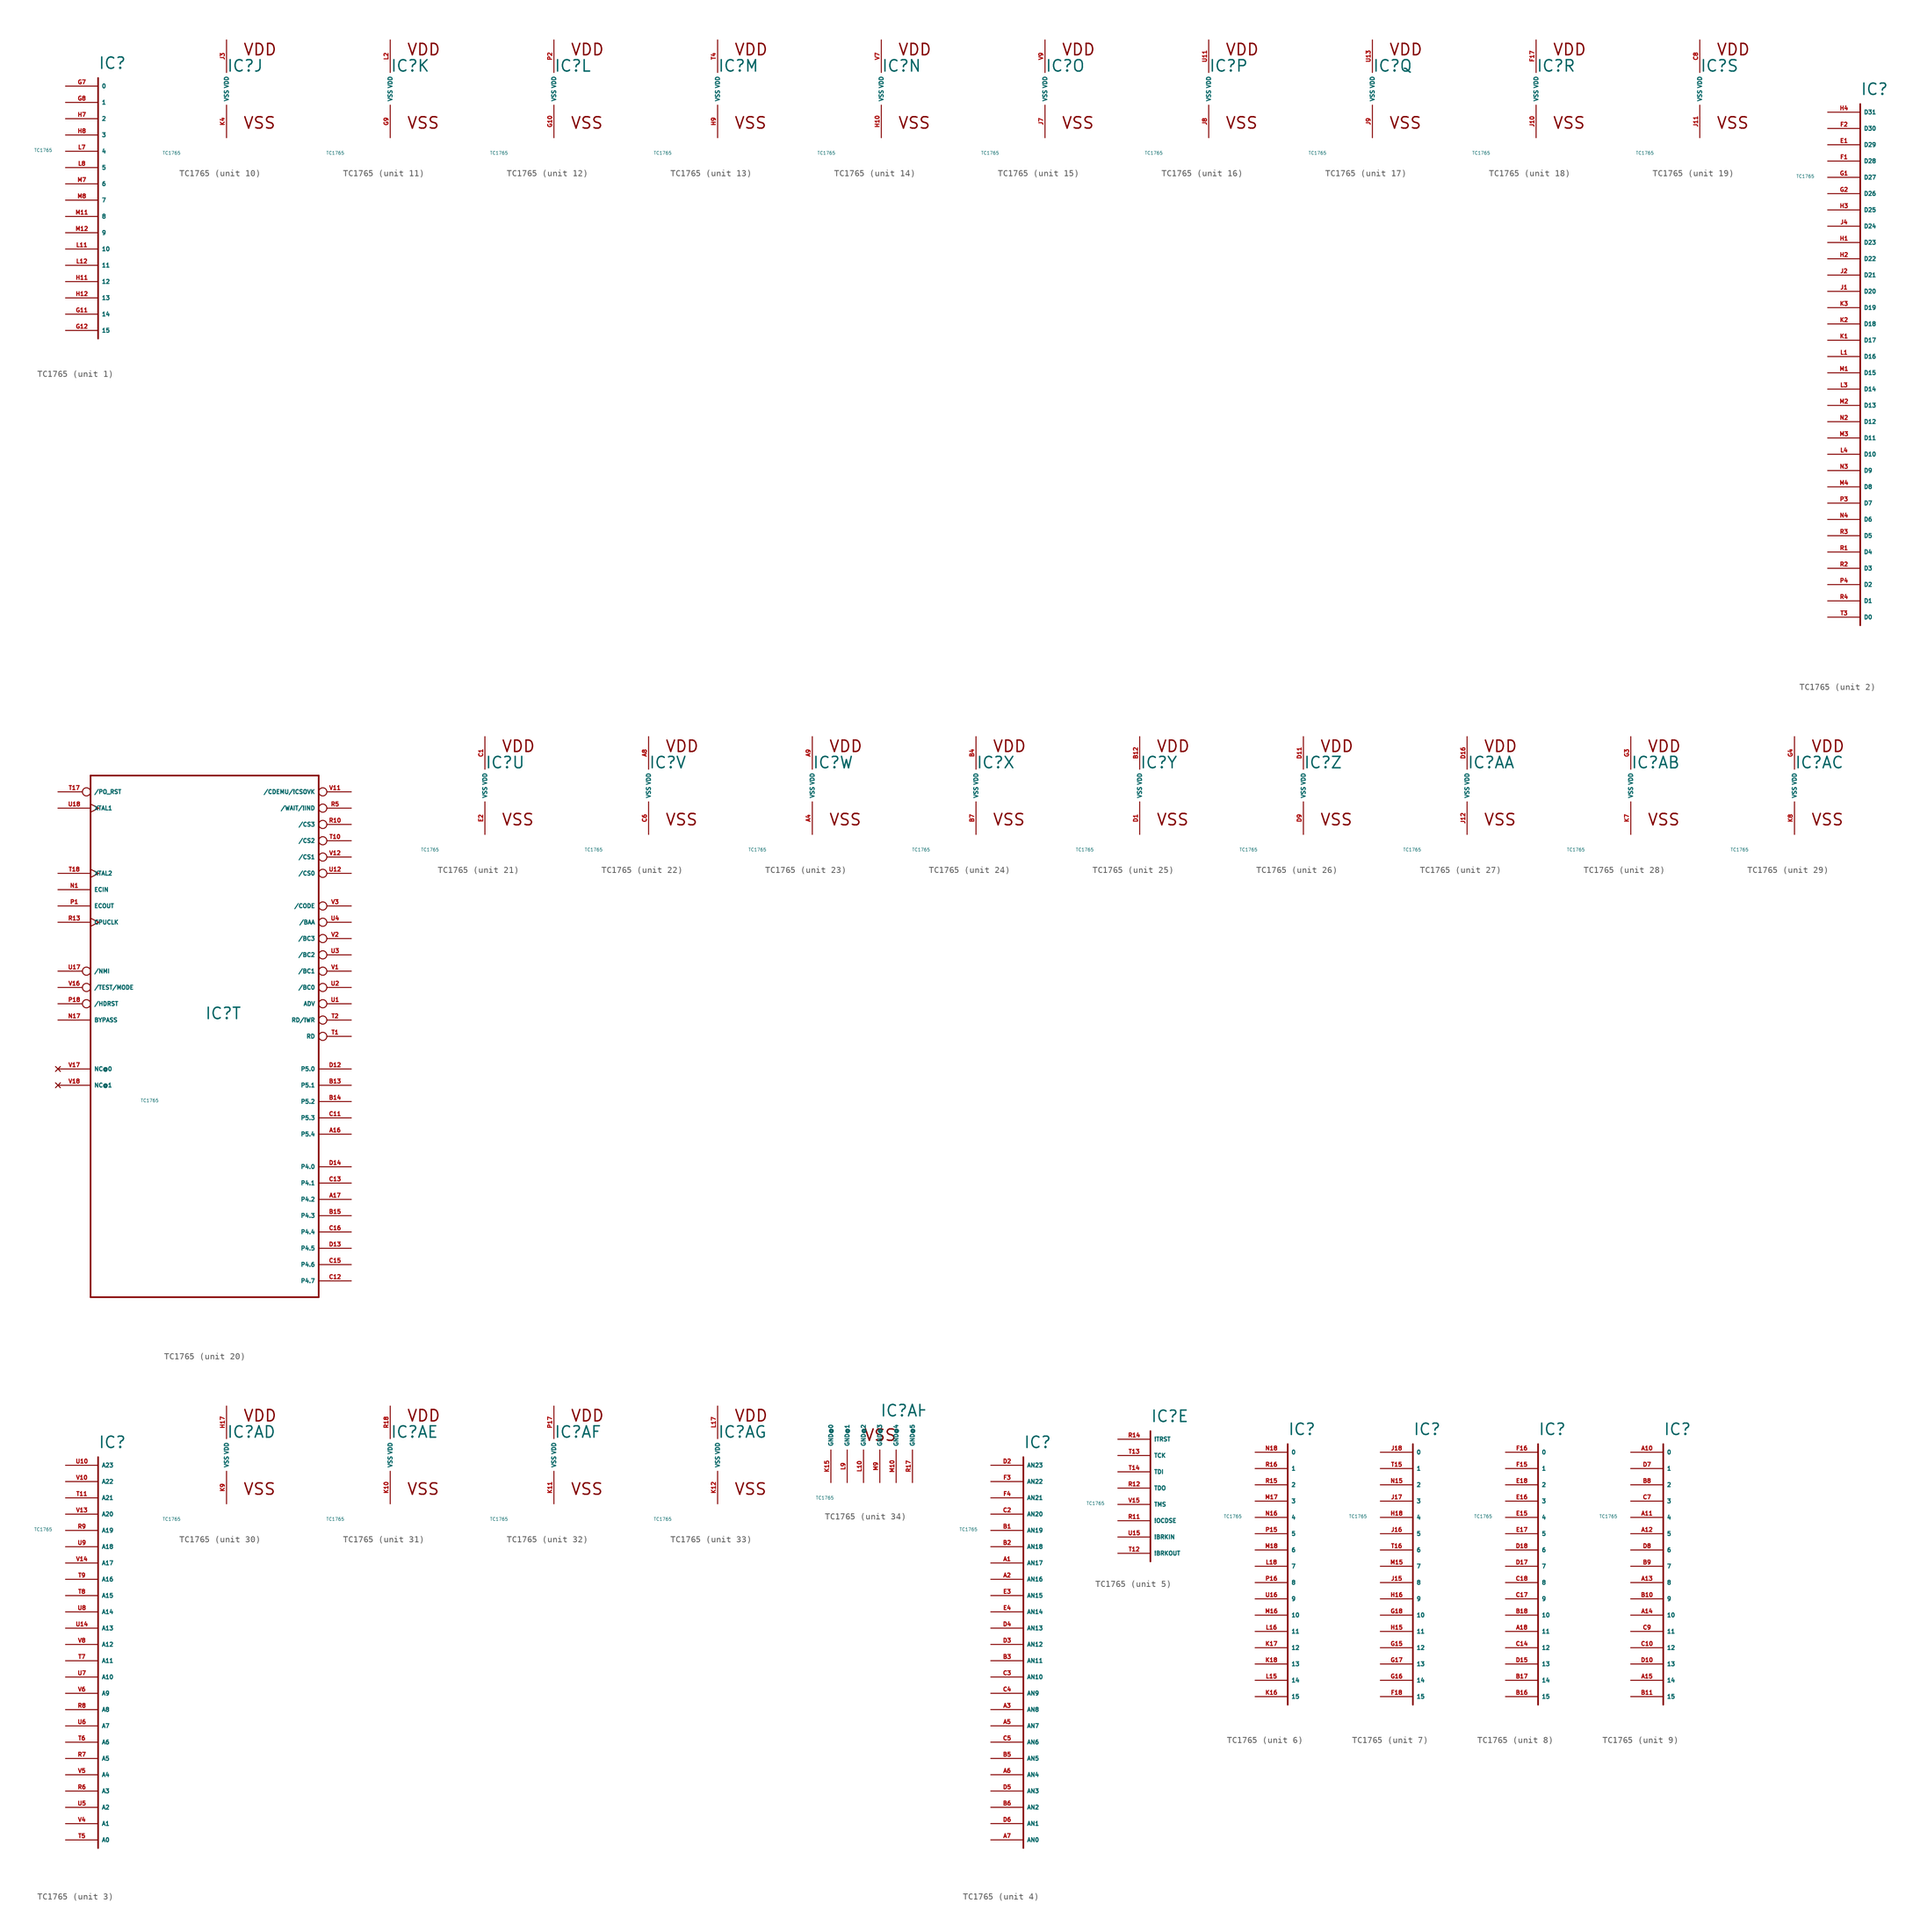
<source format=kicad_sym>
(kicad_symbol_lib
  (version 20220914)
  (generator Eagle2Kicad)
  (symbol "TC1765"
    (property "Reference" "IC"
      (at 0 2.54 0)
      (effects (font (size 1.778 1.778) (thickness 0.22)) (justify left bottom)))
    (property "Value" "TC1765"
      (at -10 -10 0)
      (effects (font (size 0.5 0.5) (thickness 0.06)) (justify left)))
    (symbol "TC1765_1_0"
      (polyline (pts (xy 0 1.27) (xy 0 -39.37)) (stroke (width 0.254) (type default)) (fill (type none)))
      (pin input line (at -5.08 0 0) (length 5.08) (name "0" (effects (font (size 0.635 0.635) (thickness 0.08)) (justify left bottom))) (number "G7" (effects (font (size 0.635 0.635) (thickness 0.08)) (justify left bottom))))
      (pin input line (at -5.08 -2.54 0) (length 5.08) (name "1" (effects (font (size 0.635 0.635) (thickness 0.08)) (justify left bottom))) (number "G8" (effects (font (size 0.635 0.635) (thickness 0.08)) (justify left bottom))))
      (pin input line (at -5.08 -5.08 0) (length 5.08) (name "2" (effects (font (size 0.635 0.635) (thickness 0.08)) (justify left bottom))) (number "H7" (effects (font (size 0.635 0.635) (thickness 0.08)) (justify left bottom))))
      (pin input line (at -5.08 -7.62 0) (length 5.08) (name "3" (effects (font (size 0.635 0.635) (thickness 0.08)) (justify left bottom))) (number "H8" (effects (font (size 0.635 0.635) (thickness 0.08)) (justify left bottom))))
      (pin input line (at -5.08 -10.16 0) (length 5.08) (name "4" (effects (font (size 0.635 0.635) (thickness 0.08)) (justify left bottom))) (number "L7" (effects (font (size 0.635 0.635) (thickness 0.08)) (justify left bottom))))
      (pin input line (at -5.08 -12.7 0) (length 5.08) (name "5" (effects (font (size 0.635 0.635) (thickness 0.08)) (justify left bottom))) (number "L8" (effects (font (size 0.635 0.635) (thickness 0.08)) (justify left bottom))))
      (pin input line (at -5.08 -15.24 0) (length 5.08) (name "6" (effects (font (size 0.635 0.635) (thickness 0.08)) (justify left bottom))) (number "M7" (effects (font (size 0.635 0.635) (thickness 0.08)) (justify left bottom))))
      (pin input line (at -5.08 -17.78 0) (length 5.08) (name "7" (effects (font (size 0.635 0.635) (thickness 0.08)) (justify left bottom))) (number "M8" (effects (font (size 0.635 0.635) (thickness 0.08)) (justify left bottom))))
      (pin input line (at -5.08 -20.32 0) (length 5.08) (name "8" (effects (font (size 0.635 0.635) (thickness 0.08)) (justify left bottom))) (number "M11" (effects (font (size 0.635 0.635) (thickness 0.08)) (justify left bottom))))
      (pin input line (at -5.08 -22.86 0) (length 5.08) (name "9" (effects (font (size 0.635 0.635) (thickness 0.08)) (justify left bottom))) (number "M12" (effects (font (size 0.635 0.635) (thickness 0.08)) (justify left bottom))))
      (pin input line (at -5.08 -25.4 0) (length 5.08) (name "10" (effects (font (size 0.635 0.635) (thickness 0.08)) (justify left bottom))) (number "L11" (effects (font (size 0.635 0.635) (thickness 0.08)) (justify left bottom))))
      (pin input line (at -5.08 -27.94 0) (length 5.08) (name "11" (effects (font (size 0.635 0.635) (thickness 0.08)) (justify left bottom))) (number "L12" (effects (font (size 0.635 0.635) (thickness 0.08)) (justify left bottom))))
      (pin input line (at -5.08 -30.48 0) (length 5.08) (name "12" (effects (font (size 0.635 0.635) (thickness 0.08)) (justify left bottom))) (number "H11" (effects (font (size 0.635 0.635) (thickness 0.08)) (justify left bottom))))
      (pin input line (at -5.08 -33.02 0) (length 5.08) (name "13" (effects (font (size 0.635 0.635) (thickness 0.08)) (justify left bottom))) (number "H12" (effects (font (size 0.635 0.635) (thickness 0.08)) (justify left bottom))))
      (pin input line (at -5.08 -35.56 0) (length 5.08) (name "14" (effects (font (size 0.635 0.635) (thickness 0.08)) (justify left bottom))) (number "G11" (effects (font (size 0.635 0.635) (thickness 0.08)) (justify left bottom))))
      (pin input line (at -5.08 -38.1 0) (length 5.08) (name "15" (effects (font (size 0.635 0.635) (thickness 0.08)) (justify left bottom))) (number "G12" (effects (font (size 0.635 0.635) (thickness 0.08)) (justify left bottom)))))
    (symbol "TC1765_2_0"
      (polyline (pts (xy 0 1.27) (xy 0 -80.01)) (stroke (width 0.254) (type default)) (fill (type none)))
      (pin bidirectional line (at -5.08 -78.74 0) (length 5.08) (name "D0" (effects (font (size 0.635 0.635) (thickness 0.08)) (justify left bottom))) (number "T3" (effects (font (size 0.635 0.635) (thickness 0.08)) (justify left bottom))))
      (pin bidirectional line (at -5.08 -76.2 0) (length 5.08) (name "D1" (effects (font (size 0.635 0.635) (thickness 0.08)) (justify left bottom))) (number "R4" (effects (font (size 0.635 0.635) (thickness 0.08)) (justify left bottom))))
      (pin bidirectional line (at -5.08 -73.66 0) (length 5.08) (name "D2" (effects (font (size 0.635 0.635) (thickness 0.08)) (justify left bottom))) (number "P4" (effects (font (size 0.635 0.635) (thickness 0.08)) (justify left bottom))))
      (pin bidirectional line (at -5.08 -71.12 0) (length 5.08) (name "D3" (effects (font (size 0.635 0.635) (thickness 0.08)) (justify left bottom))) (number "R2" (effects (font (size 0.635 0.635) (thickness 0.08)) (justify left bottom))))
      (pin bidirectional line (at -5.08 -68.58 0) (length 5.08) (name "D4" (effects (font (size 0.635 0.635) (thickness 0.08)) (justify left bottom))) (number "R1" (effects (font (size 0.635 0.635) (thickness 0.08)) (justify left bottom))))
      (pin bidirectional line (at -5.08 -66.04 0) (length 5.08) (name "D5" (effects (font (size 0.635 0.635) (thickness 0.08)) (justify left bottom))) (number "R3" (effects (font (size 0.635 0.635) (thickness 0.08)) (justify left bottom))))
      (pin bidirectional line (at -5.08 -63.5 0) (length 5.08) (name "D6" (effects (font (size 0.635 0.635) (thickness 0.08)) (justify left bottom))) (number "N4" (effects (font (size 0.635 0.635) (thickness 0.08)) (justify left bottom))))
      (pin bidirectional line (at -5.08 -60.96 0) (length 5.08) (name "D7" (effects (font (size 0.635 0.635) (thickness 0.08)) (justify left bottom))) (number "P3" (effects (font (size 0.635 0.635) (thickness 0.08)) (justify left bottom))))
      (pin bidirectional line (at -5.08 -58.42 0) (length 5.08) (name "D8" (effects (font (size 0.635 0.635) (thickness 0.08)) (justify left bottom))) (number "M4" (effects (font (size 0.635 0.635) (thickness 0.08)) (justify left bottom))))
      (pin bidirectional line (at -5.08 -55.88 0) (length 5.08) (name "D9" (effects (font (size 0.635 0.635) (thickness 0.08)) (justify left bottom))) (number "N3" (effects (font (size 0.635 0.635) (thickness 0.08)) (justify left bottom))))
      (pin bidirectional line (at -5.08 -53.34 0) (length 5.08) (name "D10" (effects (font (size 0.635 0.635) (thickness 0.08)) (justify left bottom))) (number "L4" (effects (font (size 0.635 0.635) (thickness 0.08)) (justify left bottom))))
      (pin bidirectional line (at -5.08 -50.8 0) (length 5.08) (name "D11" (effects (font (size 0.635 0.635) (thickness 0.08)) (justify left bottom))) (number "M3" (effects (font (size 0.635 0.635) (thickness 0.08)) (justify left bottom))))
      (pin bidirectional line (at -5.08 -48.26 0) (length 5.08) (name "D12" (effects (font (size 0.635 0.635) (thickness 0.08)) (justify left bottom))) (number "N2" (effects (font (size 0.635 0.635) (thickness 0.08)) (justify left bottom))))
      (pin bidirectional line (at -5.08 -45.72 0) (length 5.08) (name "D13" (effects (font (size 0.635 0.635) (thickness 0.08)) (justify left bottom))) (number "M2" (effects (font (size 0.635 0.635) (thickness 0.08)) (justify left bottom))))
      (pin bidirectional line (at -5.08 -43.18 0) (length 5.08) (name "D14" (effects (font (size 0.635 0.635) (thickness 0.08)) (justify left bottom))) (number "L3" (effects (font (size 0.635 0.635) (thickness 0.08)) (justify left bottom))))
      (pin bidirectional line (at -5.08 -40.64 0) (length 5.08) (name "D15" (effects (font (size 0.635 0.635) (thickness 0.08)) (justify left bottom))) (number "M1" (effects (font (size 0.635 0.635) (thickness 0.08)) (justify left bottom))))
      (pin bidirectional line (at -5.08 -38.1 0) (length 5.08) (name "D16" (effects (font (size 0.635 0.635) (thickness 0.08)) (justify left bottom))) (number "L1" (effects (font (size 0.635 0.635) (thickness 0.08)) (justify left bottom))))
      (pin bidirectional line (at -5.08 -35.56 0) (length 5.08) (name "D17" (effects (font (size 0.635 0.635) (thickness 0.08)) (justify left bottom))) (number "K1" (effects (font (size 0.635 0.635) (thickness 0.08)) (justify left bottom))))
      (pin bidirectional line (at -5.08 -33.02 0) (length 5.08) (name "D18" (effects (font (size 0.635 0.635) (thickness 0.08)) (justify left bottom))) (number "K2" (effects (font (size 0.635 0.635) (thickness 0.08)) (justify left bottom))))
      (pin bidirectional line (at -5.08 -30.48 0) (length 5.08) (name "D19" (effects (font (size 0.635 0.635) (thickness 0.08)) (justify left bottom))) (number "K3" (effects (font (size 0.635 0.635) (thickness 0.08)) (justify left bottom))))
      (pin bidirectional line (at -5.08 -27.94 0) (length 5.08) (name "D20" (effects (font (size 0.635 0.635) (thickness 0.08)) (justify left bottom))) (number "J1" (effects (font (size 0.635 0.635) (thickness 0.08)) (justify left bottom))))
      (pin bidirectional line (at -5.08 -25.4 0) (length 5.08) (name "D21" (effects (font (size 0.635 0.635) (thickness 0.08)) (justify left bottom))) (number "J2" (effects (font (size 0.635 0.635) (thickness 0.08)) (justify left bottom))))
      (pin bidirectional line (at -5.08 -22.86 0) (length 5.08) (name "D22" (effects (font (size 0.635 0.635) (thickness 0.08)) (justify left bottom))) (number "H2" (effects (font (size 0.635 0.635) (thickness 0.08)) (justify left bottom))))
      (pin bidirectional line (at -5.08 -20.32 0) (length 5.08) (name "D23" (effects (font (size 0.635 0.635) (thickness 0.08)) (justify left bottom))) (number "H1" (effects (font (size 0.635 0.635) (thickness 0.08)) (justify left bottom))))
      (pin bidirectional line (at -5.08 -17.78 0) (length 5.08) (name "D24" (effects (font (size 0.635 0.635) (thickness 0.08)) (justify left bottom))) (number "J4" (effects (font (size 0.635 0.635) (thickness 0.08)) (justify left bottom))))
      (pin bidirectional line (at -5.08 -15.24 0) (length 5.08) (name "D25" (effects (font (size 0.635 0.635) (thickness 0.08)) (justify left bottom))) (number "H3" (effects (font (size 0.635 0.635) (thickness 0.08)) (justify left bottom))))
      (pin bidirectional line (at -5.08 -12.7 0) (length 5.08) (name "D26" (effects (font (size 0.635 0.635) (thickness 0.08)) (justify left bottom))) (number "G2" (effects (font (size 0.635 0.635) (thickness 0.08)) (justify left bottom))))
      (pin bidirectional line (at -5.08 -10.16 0) (length 5.08) (name "D27" (effects (font (size 0.635 0.635) (thickness 0.08)) (justify left bottom))) (number "G1" (effects (font (size 0.635 0.635) (thickness 0.08)) (justify left bottom))))
      (pin bidirectional line (at -5.08 -7.62 0) (length 5.08) (name "D28" (effects (font (size 0.635 0.635) (thickness 0.08)) (justify left bottom))) (number "F1" (effects (font (size 0.635 0.635) (thickness 0.08)) (justify left bottom))))
      (pin bidirectional line (at -5.08 -5.08 0) (length 5.08) (name "D29" (effects (font (size 0.635 0.635) (thickness 0.08)) (justify left bottom))) (number "E1" (effects (font (size 0.635 0.635) (thickness 0.08)) (justify left bottom))))
      (pin bidirectional line (at -5.08 -2.54 0) (length 5.08) (name "D30" (effects (font (size 0.635 0.635) (thickness 0.08)) (justify left bottom))) (number "F2" (effects (font (size 0.635 0.635) (thickness 0.08)) (justify left bottom))))
      (pin bidirectional line (at -5.08 0 0) (length 5.08) (name "D31" (effects (font (size 0.635 0.635) (thickness 0.08)) (justify left bottom))) (number "H4" (effects (font (size 0.635 0.635) (thickness 0.08)) (justify left bottom)))))
    (symbol "TC1765_3_0"
      (polyline (pts (xy 0 1.27) (xy 0 -59.69)) (stroke (width 0.254) (type default)) (fill (type none)))
      (pin output line (at -5.08 -58.42 0) (length 5.08) (name "A0" (effects (font (size 0.635 0.635) (thickness 0.08)) (justify left bottom))) (number "T5" (effects (font (size 0.635 0.635) (thickness 0.08)) (justify left bottom))))
      (pin output line (at -5.08 -55.88 0) (length 5.08) (name "A1" (effects (font (size 0.635 0.635) (thickness 0.08)) (justify left bottom))) (number "V4" (effects (font (size 0.635 0.635) (thickness 0.08)) (justify left bottom))))
      (pin output line (at -5.08 -53.34 0) (length 5.08) (name "A2" (effects (font (size 0.635 0.635) (thickness 0.08)) (justify left bottom))) (number "U5" (effects (font (size 0.635 0.635) (thickness 0.08)) (justify left bottom))))
      (pin output line (at -5.08 -50.8 0) (length 5.08) (name "A3" (effects (font (size 0.635 0.635) (thickness 0.08)) (justify left bottom))) (number "R6" (effects (font (size 0.635 0.635) (thickness 0.08)) (justify left bottom))))
      (pin output line (at -5.08 -48.26 0) (length 5.08) (name "A4" (effects (font (size 0.635 0.635) (thickness 0.08)) (justify left bottom))) (number "V5" (effects (font (size 0.635 0.635) (thickness 0.08)) (justify left bottom))))
      (pin output line (at -5.08 -45.72 0) (length 5.08) (name "A5" (effects (font (size 0.635 0.635) (thickness 0.08)) (justify left bottom))) (number "R7" (effects (font (size 0.635 0.635) (thickness 0.08)) (justify left bottom))))
      (pin output line (at -5.08 -43.18 0) (length 5.08) (name "A6" (effects (font (size 0.635 0.635) (thickness 0.08)) (justify left bottom))) (number "T6" (effects (font (size 0.635 0.635) (thickness 0.08)) (justify left bottom))))
      (pin output line (at -5.08 -40.64 0) (length 5.08) (name "A7" (effects (font (size 0.635 0.635) (thickness 0.08)) (justify left bottom))) (number "U6" (effects (font (size 0.635 0.635) (thickness 0.08)) (justify left bottom))))
      (pin output line (at -5.08 -38.1 0) (length 5.08) (name "A8" (effects (font (size 0.635 0.635) (thickness 0.08)) (justify left bottom))) (number "R8" (effects (font (size 0.635 0.635) (thickness 0.08)) (justify left bottom))))
      (pin output line (at -5.08 -35.56 0) (length 5.08) (name "A9" (effects (font (size 0.635 0.635) (thickness 0.08)) (justify left bottom))) (number "V6" (effects (font (size 0.635 0.635) (thickness 0.08)) (justify left bottom))))
      (pin output line (at -5.08 -33.02 0) (length 5.08) (name "A10" (effects (font (size 0.635 0.635) (thickness 0.08)) (justify left bottom))) (number "U7" (effects (font (size 0.635 0.635) (thickness 0.08)) (justify left bottom))))
      (pin output line (at -5.08 -30.48 0) (length 5.08) (name "A11" (effects (font (size 0.635 0.635) (thickness 0.08)) (justify left bottom))) (number "T7" (effects (font (size 0.635 0.635) (thickness 0.08)) (justify left bottom))))
      (pin output line (at -5.08 -27.94 0) (length 5.08) (name "A12" (effects (font (size 0.635 0.635) (thickness 0.08)) (justify left bottom))) (number "V8" (effects (font (size 0.635 0.635) (thickness 0.08)) (justify left bottom))))
      (pin output line (at -5.08 -25.4 0) (length 5.08) (name "A13" (effects (font (size 0.635 0.635) (thickness 0.08)) (justify left bottom))) (number "U14" (effects (font (size 0.635 0.635) (thickness 0.08)) (justify left bottom))))
      (pin output line (at -5.08 -22.86 0) (length 5.08) (name "A14" (effects (font (size 0.635 0.635) (thickness 0.08)) (justify left bottom))) (number "U8" (effects (font (size 0.635 0.635) (thickness 0.08)) (justify left bottom))))
      (pin output line (at -5.08 -20.32 0) (length 5.08) (name "A15" (effects (font (size 0.635 0.635) (thickness 0.08)) (justify left bottom))) (number "T8" (effects (font (size 0.635 0.635) (thickness 0.08)) (justify left bottom))))
      (pin output line (at -5.08 -17.78 0) (length 5.08) (name "A16" (effects (font (size 0.635 0.635) (thickness 0.08)) (justify left bottom))) (number "T9" (effects (font (size 0.635 0.635) (thickness 0.08)) (justify left bottom))))
      (pin output line (at -5.08 -15.24 0) (length 5.08) (name "A17" (effects (font (size 0.635 0.635) (thickness 0.08)) (justify left bottom))) (number "V14" (effects (font (size 0.635 0.635) (thickness 0.08)) (justify left bottom))))
      (pin output line (at -5.08 -12.7 0) (length 5.08) (name "A18" (effects (font (size 0.635 0.635) (thickness 0.08)) (justify left bottom))) (number "U9" (effects (font (size 0.635 0.635) (thickness 0.08)) (justify left bottom))))
      (pin output line (at -5.08 -10.16 0) (length 5.08) (name "A19" (effects (font (size 0.635 0.635) (thickness 0.08)) (justify left bottom))) (number "R9" (effects (font (size 0.635 0.635) (thickness 0.08)) (justify left bottom))))
      (pin output line (at -5.08 -7.62 0) (length 5.08) (name "A20" (effects (font (size 0.635 0.635) (thickness 0.08)) (justify left bottom))) (number "V13" (effects (font (size 0.635 0.635) (thickness 0.08)) (justify left bottom))))
      (pin output line (at -5.08 -5.08 0) (length 5.08) (name "A21" (effects (font (size 0.635 0.635) (thickness 0.08)) (justify left bottom))) (number "T11" (effects (font (size 0.635 0.635) (thickness 0.08)) (justify left bottom))))
      (pin output line (at -5.08 -2.54 0) (length 5.08) (name "A22" (effects (font (size 0.635 0.635) (thickness 0.08)) (justify left bottom))) (number "V10" (effects (font (size 0.635 0.635) (thickness 0.08)) (justify left bottom))))
      (pin output line (at -5.08 0 0) (length 5.08) (name "A23" (effects (font (size 0.635 0.635) (thickness 0.08)) (justify left bottom))) (number "U10" (effects (font (size 0.635 0.635) (thickness 0.08)) (justify left bottom)))))
    (symbol "TC1765_4_0"
      (polyline (pts (xy 0 1.27) (xy 0 -59.69)) (stroke (width 0.254) (type default)) (fill (type none)))
      (pin input line (at -5.08 -58.42 0) (length 5.08) (name "AN0" (effects (font (size 0.635 0.635) (thickness 0.08)) (justify left bottom))) (number "A7" (effects (font (size 0.635 0.635) (thickness 0.08)) (justify left bottom))))
      (pin input line (at -5.08 -55.88 0) (length 5.08) (name "AN1" (effects (font (size 0.635 0.635) (thickness 0.08)) (justify left bottom))) (number "D6" (effects (font (size 0.635 0.635) (thickness 0.08)) (justify left bottom))))
      (pin input line (at -5.08 -53.34 0) (length 5.08) (name "AN2" (effects (font (size 0.635 0.635) (thickness 0.08)) (justify left bottom))) (number "B6" (effects (font (size 0.635 0.635) (thickness 0.08)) (justify left bottom))))
      (pin input line (at -5.08 -50.8 0) (length 5.08) (name "AN3" (effects (font (size 0.635 0.635) (thickness 0.08)) (justify left bottom))) (number "D5" (effects (font (size 0.635 0.635) (thickness 0.08)) (justify left bottom))))
      (pin input line (at -5.08 -48.26 0) (length 5.08) (name "AN4" (effects (font (size 0.635 0.635) (thickness 0.08)) (justify left bottom))) (number "A6" (effects (font (size 0.635 0.635) (thickness 0.08)) (justify left bottom))))
      (pin input line (at -5.08 -45.72 0) (length 5.08) (name "AN5" (effects (font (size 0.635 0.635) (thickness 0.08)) (justify left bottom))) (number "B5" (effects (font (size 0.635 0.635) (thickness 0.08)) (justify left bottom))))
      (pin input line (at -5.08 -43.18 0) (length 5.08) (name "AN6" (effects (font (size 0.635 0.635) (thickness 0.08)) (justify left bottom))) (number "C5" (effects (font (size 0.635 0.635) (thickness 0.08)) (justify left bottom))))
      (pin input line (at -5.08 -40.64 0) (length 5.08) (name "AN7" (effects (font (size 0.635 0.635) (thickness 0.08)) (justify left bottom))) (number "A5" (effects (font (size 0.635 0.635) (thickness 0.08)) (justify left bottom))))
      (pin input line (at -5.08 -38.1 0) (length 5.08) (name "AN8" (effects (font (size 0.635 0.635) (thickness 0.08)) (justify left bottom))) (number "A3" (effects (font (size 0.635 0.635) (thickness 0.08)) (justify left bottom))))
      (pin input line (at -5.08 -35.56 0) (length 5.08) (name "AN9" (effects (font (size 0.635 0.635) (thickness 0.08)) (justify left bottom))) (number "C4" (effects (font (size 0.635 0.635) (thickness 0.08)) (justify left bottom))))
      (pin input line (at -5.08 -33.02 0) (length 5.08) (name "AN10" (effects (font (size 0.635 0.635) (thickness 0.08)) (justify left bottom))) (number "C3" (effects (font (size 0.635 0.635) (thickness 0.08)) (justify left bottom))))
      (pin input line (at -5.08 -30.48 0) (length 5.08) (name "AN11" (effects (font (size 0.635 0.635) (thickness 0.08)) (justify left bottom))) (number "B3" (effects (font (size 0.635 0.635) (thickness 0.08)) (justify left bottom))))
      (pin input line (at -5.08 -27.94 0) (length 5.08) (name "AN12" (effects (font (size 0.635 0.635) (thickness 0.08)) (justify left bottom))) (number "D3" (effects (font (size 0.635 0.635) (thickness 0.08)) (justify left bottom))))
      (pin input line (at -5.08 -25.4 0) (length 5.08) (name "AN13" (effects (font (size 0.635 0.635) (thickness 0.08)) (justify left bottom))) (number "D4" (effects (font (size 0.635 0.635) (thickness 0.08)) (justify left bottom))))
      (pin input line (at -5.08 -22.86 0) (length 5.08) (name "AN14" (effects (font (size 0.635 0.635) (thickness 0.08)) (justify left bottom))) (number "E4" (effects (font (size 0.635 0.635) (thickness 0.08)) (justify left bottom))))
      (pin input line (at -5.08 -20.32 0) (length 5.08) (name "AN15" (effects (font (size 0.635 0.635) (thickness 0.08)) (justify left bottom))) (number "E3" (effects (font (size 0.635 0.635) (thickness 0.08)) (justify left bottom))))
      (pin input line (at -5.08 -17.78 0) (length 5.08) (name "AN16" (effects (font (size 0.635 0.635) (thickness 0.08)) (justify left bottom))) (number "A2" (effects (font (size 0.635 0.635) (thickness 0.08)) (justify left bottom))))
      (pin input line (at -5.08 -15.24 0) (length 5.08) (name "AN17" (effects (font (size 0.635 0.635) (thickness 0.08)) (justify left bottom))) (number "A1" (effects (font (size 0.635 0.635) (thickness 0.08)) (justify left bottom))))
      (pin input line (at -5.08 -12.7 0) (length 5.08) (name "AN18" (effects (font (size 0.635 0.635) (thickness 0.08)) (justify left bottom))) (number "B2" (effects (font (size 0.635 0.635) (thickness 0.08)) (justify left bottom))))
      (pin input line (at -5.08 -10.16 0) (length 5.08) (name "AN19" (effects (font (size 0.635 0.635) (thickness 0.08)) (justify left bottom))) (number "B1" (effects (font (size 0.635 0.635) (thickness 0.08)) (justify left bottom))))
      (pin input line (at -5.08 -7.62 0) (length 5.08) (name "AN20" (effects (font (size 0.635 0.635) (thickness 0.08)) (justify left bottom))) (number "C2" (effects (font (size 0.635 0.635) (thickness 0.08)) (justify left bottom))))
      (pin input line (at -5.08 -5.08 0) (length 5.08) (name "AN21" (effects (font (size 0.635 0.635) (thickness 0.08)) (justify left bottom))) (number "F4" (effects (font (size 0.635 0.635) (thickness 0.08)) (justify left bottom))))
      (pin input line (at -5.08 -2.54 0) (length 5.08) (name "AN22" (effects (font (size 0.635 0.635) (thickness 0.08)) (justify left bottom))) (number "F3" (effects (font (size 0.635 0.635) (thickness 0.08)) (justify left bottom))))
      (pin input line (at -5.08 0 0) (length 5.08) (name "AN23" (effects (font (size 0.635 0.635) (thickness 0.08)) (justify left bottom))) (number "D2" (effects (font (size 0.635 0.635) (thickness 0.08)) (justify left bottom)))))
    (symbol "TC1765_5_0"
      (polyline (pts (xy 0 1.27) (xy 0 -19.05)) (stroke (width 0.254) (type default)) (fill (type none)))
      (pin input line (at -5.08 0 0) (length 5.08) (name "!TRST" (effects (font (size 0.635 0.635) (thickness 0.08)) (justify left bottom))) (number "R14" (effects (font (size 0.635 0.635) (thickness 0.08)) (justify left bottom))))
      (pin input line (at -5.08 -2.54 0) (length 5.08) (name "TCK" (effects (font (size 0.635 0.635) (thickness 0.08)) (justify left bottom))) (number "T13" (effects (font (size 0.635 0.635) (thickness 0.08)) (justify left bottom))))
      (pin input line (at -5.08 -5.08 0) (length 5.08) (name "TDI" (effects (font (size 0.635 0.635) (thickness 0.08)) (justify left bottom))) (number "T14" (effects (font (size 0.635 0.635) (thickness 0.08)) (justify left bottom))))
      (pin output line (at -5.08 -7.62 0) (length 5.08) (name "TDO" (effects (font (size 0.635 0.635) (thickness 0.08)) (justify left bottom))) (number "R12" (effects (font (size 0.635 0.635) (thickness 0.08)) (justify left bottom))))
      (pin input line (at -5.08 -10.16 0) (length 5.08) (name "TMS" (effects (font (size 0.635 0.635) (thickness 0.08)) (justify left bottom))) (number "V15" (effects (font (size 0.635 0.635) (thickness 0.08)) (justify left bottom))))
      (pin input line (at -5.08 -12.7 0) (length 5.08) (name "!OCDSE" (effects (font (size 0.635 0.635) (thickness 0.08)) (justify left bottom))) (number "R11" (effects (font (size 0.635 0.635) (thickness 0.08)) (justify left bottom))))
      (pin input line (at -5.08 -15.24 0) (length 5.08) (name "!BRKIN" (effects (font (size 0.635 0.635) (thickness 0.08)) (justify left bottom))) (number "U15" (effects (font (size 0.635 0.635) (thickness 0.08)) (justify left bottom))))
      (pin output line (at -5.08 -17.78 0) (length 5.08) (name "!BRKOUT" (effects (font (size 0.635 0.635) (thickness 0.08)) (justify left bottom))) (number "T12" (effects (font (size 0.635 0.635) (thickness 0.08)) (justify left bottom)))))
    (symbol "TC1765_6_0"
      (polyline (pts (xy 0 1.27) (xy 0 -39.37)) (stroke (width 0.254) (type default)) (fill (type none)))
      (pin input line (at -5.08 0 0) (length 5.08) (name "0" (effects (font (size 0.635 0.635) (thickness 0.08)) (justify left bottom))) (number "N18" (effects (font (size 0.635 0.635) (thickness 0.08)) (justify left bottom))))
      (pin input line (at -5.08 -2.54 0) (length 5.08) (name "1" (effects (font (size 0.635 0.635) (thickness 0.08)) (justify left bottom))) (number "R16" (effects (font (size 0.635 0.635) (thickness 0.08)) (justify left bottom))))
      (pin input line (at -5.08 -5.08 0) (length 5.08) (name "2" (effects (font (size 0.635 0.635) (thickness 0.08)) (justify left bottom))) (number "R15" (effects (font (size 0.635 0.635) (thickness 0.08)) (justify left bottom))))
      (pin input line (at -5.08 -7.62 0) (length 5.08) (name "3" (effects (font (size 0.635 0.635) (thickness 0.08)) (justify left bottom))) (number "M17" (effects (font (size 0.635 0.635) (thickness 0.08)) (justify left bottom))))
      (pin input line (at -5.08 -10.16 0) (length 5.08) (name "4" (effects (font (size 0.635 0.635) (thickness 0.08)) (justify left bottom))) (number "N16" (effects (font (size 0.635 0.635) (thickness 0.08)) (justify left bottom))))
      (pin input line (at -5.08 -12.7 0) (length 5.08) (name "5" (effects (font (size 0.635 0.635) (thickness 0.08)) (justify left bottom))) (number "P15" (effects (font (size 0.635 0.635) (thickness 0.08)) (justify left bottom))))
      (pin input line (at -5.08 -15.24 0) (length 5.08) (name "6" (effects (font (size 0.635 0.635) (thickness 0.08)) (justify left bottom))) (number "M18" (effects (font (size 0.635 0.635) (thickness 0.08)) (justify left bottom))))
      (pin input line (at -5.08 -17.78 0) (length 5.08) (name "7" (effects (font (size 0.635 0.635) (thickness 0.08)) (justify left bottom))) (number "L18" (effects (font (size 0.635 0.635) (thickness 0.08)) (justify left bottom))))
      (pin input line (at -5.08 -20.32 0) (length 5.08) (name "8" (effects (font (size 0.635 0.635) (thickness 0.08)) (justify left bottom))) (number "P16" (effects (font (size 0.635 0.635) (thickness 0.08)) (justify left bottom))))
      (pin input line (at -5.08 -22.86 0) (length 5.08) (name "9" (effects (font (size 0.635 0.635) (thickness 0.08)) (justify left bottom))) (number "U16" (effects (font (size 0.635 0.635) (thickness 0.08)) (justify left bottom))))
      (pin input line (at -5.08 -25.4 0) (length 5.08) (name "10" (effects (font (size 0.635 0.635) (thickness 0.08)) (justify left bottom))) (number "M16" (effects (font (size 0.635 0.635) (thickness 0.08)) (justify left bottom))))
      (pin input line (at -5.08 -27.94 0) (length 5.08) (name "11" (effects (font (size 0.635 0.635) (thickness 0.08)) (justify left bottom))) (number "L16" (effects (font (size 0.635 0.635) (thickness 0.08)) (justify left bottom))))
      (pin input line (at -5.08 -30.48 0) (length 5.08) (name "12" (effects (font (size 0.635 0.635) (thickness 0.08)) (justify left bottom))) (number "K17" (effects (font (size 0.635 0.635) (thickness 0.08)) (justify left bottom))))
      (pin input line (at -5.08 -33.02 0) (length 5.08) (name "13" (effects (font (size 0.635 0.635) (thickness 0.08)) (justify left bottom))) (number "K18" (effects (font (size 0.635 0.635) (thickness 0.08)) (justify left bottom))))
      (pin input line (at -5.08 -35.56 0) (length 5.08) (name "14" (effects (font (size 0.635 0.635) (thickness 0.08)) (justify left bottom))) (number "L15" (effects (font (size 0.635 0.635) (thickness 0.08)) (justify left bottom))))
      (pin input line (at -5.08 -38.1 0) (length 5.08) (name "15" (effects (font (size 0.635 0.635) (thickness 0.08)) (justify left bottom))) (number "K16" (effects (font (size 0.635 0.635) (thickness 0.08)) (justify left bottom)))))
    (symbol "TC1765_7_0"
      (polyline (pts (xy 0 1.27) (xy 0 -39.37)) (stroke (width 0.254) (type default)) (fill (type none)))
      (pin input line (at -5.08 0 0) (length 5.08) (name "0" (effects (font (size 0.635 0.635) (thickness 0.08)) (justify left bottom))) (number "J18" (effects (font (size 0.635 0.635) (thickness 0.08)) (justify left bottom))))
      (pin input line (at -5.08 -2.54 0) (length 5.08) (name "1" (effects (font (size 0.635 0.635) (thickness 0.08)) (justify left bottom))) (number "T15" (effects (font (size 0.635 0.635) (thickness 0.08)) (justify left bottom))))
      (pin input line (at -5.08 -5.08 0) (length 5.08) (name "2" (effects (font (size 0.635 0.635) (thickness 0.08)) (justify left bottom))) (number "N15" (effects (font (size 0.635 0.635) (thickness 0.08)) (justify left bottom))))
      (pin input line (at -5.08 -7.62 0) (length 5.08) (name "3" (effects (font (size 0.635 0.635) (thickness 0.08)) (justify left bottom))) (number "J17" (effects (font (size 0.635 0.635) (thickness 0.08)) (justify left bottom))))
      (pin input line (at -5.08 -10.16 0) (length 5.08) (name "4" (effects (font (size 0.635 0.635) (thickness 0.08)) (justify left bottom))) (number "H18" (effects (font (size 0.635 0.635) (thickness 0.08)) (justify left bottom))))
      (pin input line (at -5.08 -12.7 0) (length 5.08) (name "5" (effects (font (size 0.635 0.635) (thickness 0.08)) (justify left bottom))) (number "J16" (effects (font (size 0.635 0.635) (thickness 0.08)) (justify left bottom))))
      (pin input line (at -5.08 -15.24 0) (length 5.08) (name "6" (effects (font (size 0.635 0.635) (thickness 0.08)) (justify left bottom))) (number "T16" (effects (font (size 0.635 0.635) (thickness 0.08)) (justify left bottom))))
      (pin input line (at -5.08 -17.78 0) (length 5.08) (name "7" (effects (font (size 0.635 0.635) (thickness 0.08)) (justify left bottom))) (number "M15" (effects (font (size 0.635 0.635) (thickness 0.08)) (justify left bottom))))
      (pin input line (at -5.08 -20.32 0) (length 5.08) (name "8" (effects (font (size 0.635 0.635) (thickness 0.08)) (justify left bottom))) (number "J15" (effects (font (size 0.635 0.635) (thickness 0.08)) (justify left bottom))))
      (pin input line (at -5.08 -22.86 0) (length 5.08) (name "9" (effects (font (size 0.635 0.635) (thickness 0.08)) (justify left bottom))) (number "H16" (effects (font (size 0.635 0.635) (thickness 0.08)) (justify left bottom))))
      (pin input line (at -5.08 -25.4 0) (length 5.08) (name "10" (effects (font (size 0.635 0.635) (thickness 0.08)) (justify left bottom))) (number "G18" (effects (font (size 0.635 0.635) (thickness 0.08)) (justify left bottom))))
      (pin input line (at -5.08 -27.94 0) (length 5.08) (name "11" (effects (font (size 0.635 0.635) (thickness 0.08)) (justify left bottom))) (number "H15" (effects (font (size 0.635 0.635) (thickness 0.08)) (justify left bottom))))
      (pin input line (at -5.08 -30.48 0) (length 5.08) (name "12" (effects (font (size 0.635 0.635) (thickness 0.08)) (justify left bottom))) (number "G15" (effects (font (size 0.635 0.635) (thickness 0.08)) (justify left bottom))))
      (pin input line (at -5.08 -33.02 0) (length 5.08) (name "13" (effects (font (size 0.635 0.635) (thickness 0.08)) (justify left bottom))) (number "G17" (effects (font (size 0.635 0.635) (thickness 0.08)) (justify left bottom))))
      (pin input line (at -5.08 -35.56 0) (length 5.08) (name "14" (effects (font (size 0.635 0.635) (thickness 0.08)) (justify left bottom))) (number "G16" (effects (font (size 0.635 0.635) (thickness 0.08)) (justify left bottom))))
      (pin input line (at -5.08 -38.1 0) (length 5.08) (name "15" (effects (font (size 0.635 0.635) (thickness 0.08)) (justify left bottom))) (number "F18" (effects (font (size 0.635 0.635) (thickness 0.08)) (justify left bottom)))))
    (symbol "TC1765_8_0"
      (polyline (pts (xy 0 1.27) (xy 0 -39.37)) (stroke (width 0.254) (type default)) (fill (type none)))
      (pin input line (at -5.08 0 0) (length 5.08) (name "0" (effects (font (size 0.635 0.635) (thickness 0.08)) (justify left bottom))) (number "F16" (effects (font (size 0.635 0.635) (thickness 0.08)) (justify left bottom))))
      (pin input line (at -5.08 -2.54 0) (length 5.08) (name "1" (effects (font (size 0.635 0.635) (thickness 0.08)) (justify left bottom))) (number "F15" (effects (font (size 0.635 0.635) (thickness 0.08)) (justify left bottom))))
      (pin input line (at -5.08 -5.08 0) (length 5.08) (name "2" (effects (font (size 0.635 0.635) (thickness 0.08)) (justify left bottom))) (number "E18" (effects (font (size 0.635 0.635) (thickness 0.08)) (justify left bottom))))
      (pin input line (at -5.08 -7.62 0) (length 5.08) (name "3" (effects (font (size 0.635 0.635) (thickness 0.08)) (justify left bottom))) (number "E16" (effects (font (size 0.635 0.635) (thickness 0.08)) (justify left bottom))))
      (pin input line (at -5.08 -10.16 0) (length 5.08) (name "4" (effects (font (size 0.635 0.635) (thickness 0.08)) (justify left bottom))) (number "E15" (effects (font (size 0.635 0.635) (thickness 0.08)) (justify left bottom))))
      (pin input line (at -5.08 -12.7 0) (length 5.08) (name "5" (effects (font (size 0.635 0.635) (thickness 0.08)) (justify left bottom))) (number "E17" (effects (font (size 0.635 0.635) (thickness 0.08)) (justify left bottom))))
      (pin input line (at -5.08 -15.24 0) (length 5.08) (name "6" (effects (font (size 0.635 0.635) (thickness 0.08)) (justify left bottom))) (number "D18" (effects (font (size 0.635 0.635) (thickness 0.08)) (justify left bottom))))
      (pin input line (at -5.08 -17.78 0) (length 5.08) (name "7" (effects (font (size 0.635 0.635) (thickness 0.08)) (justify left bottom))) (number "D17" (effects (font (size 0.635 0.635) (thickness 0.08)) (justify left bottom))))
      (pin input line (at -5.08 -20.32 0) (length 5.08) (name "8" (effects (font (size 0.635 0.635) (thickness 0.08)) (justify left bottom))) (number "C18" (effects (font (size 0.635 0.635) (thickness 0.08)) (justify left bottom))))
      (pin input line (at -5.08 -22.86 0) (length 5.08) (name "9" (effects (font (size 0.635 0.635) (thickness 0.08)) (justify left bottom))) (number "C17" (effects (font (size 0.635 0.635) (thickness 0.08)) (justify left bottom))))
      (pin input line (at -5.08 -25.4 0) (length 5.08) (name "10" (effects (font (size 0.635 0.635) (thickness 0.08)) (justify left bottom))) (number "B18" (effects (font (size 0.635 0.635) (thickness 0.08)) (justify left bottom))))
      (pin input line (at -5.08 -27.94 0) (length 5.08) (name "11" (effects (font (size 0.635 0.635) (thickness 0.08)) (justify left bottom))) (number "A18" (effects (font (size 0.635 0.635) (thickness 0.08)) (justify left bottom))))
      (pin input line (at -5.08 -30.48 0) (length 5.08) (name "12" (effects (font (size 0.635 0.635) (thickness 0.08)) (justify left bottom))) (number "C14" (effects (font (size 0.635 0.635) (thickness 0.08)) (justify left bottom))))
      (pin input line (at -5.08 -33.02 0) (length 5.08) (name "13" (effects (font (size 0.635 0.635) (thickness 0.08)) (justify left bottom))) (number "D15" (effects (font (size 0.635 0.635) (thickness 0.08)) (justify left bottom))))
      (pin input line (at -5.08 -35.56 0) (length 5.08) (name "14" (effects (font (size 0.635 0.635) (thickness 0.08)) (justify left bottom))) (number "B17" (effects (font (size 0.635 0.635) (thickness 0.08)) (justify left bottom))))
      (pin input line (at -5.08 -38.1 0) (length 5.08) (name "15" (effects (font (size 0.635 0.635) (thickness 0.08)) (justify left bottom))) (number "B16" (effects (font (size 0.635 0.635) (thickness 0.08)) (justify left bottom)))))
    (symbol "TC1765_9_0"
      (polyline (pts (xy 0 1.27) (xy 0 -39.37)) (stroke (width 0.254) (type default)) (fill (type none)))
      (pin input line (at -5.08 0 0) (length 5.08) (name "0" (effects (font (size 0.635 0.635) (thickness 0.08)) (justify left bottom))) (number "A10" (effects (font (size 0.635 0.635) (thickness 0.08)) (justify left bottom))))
      (pin input line (at -5.08 -2.54 0) (length 5.08) (name "1" (effects (font (size 0.635 0.635) (thickness 0.08)) (justify left bottom))) (number "D7" (effects (font (size 0.635 0.635) (thickness 0.08)) (justify left bottom))))
      (pin input line (at -5.08 -5.08 0) (length 5.08) (name "2" (effects (font (size 0.635 0.635) (thickness 0.08)) (justify left bottom))) (number "B8" (effects (font (size 0.635 0.635) (thickness 0.08)) (justify left bottom))))
      (pin input line (at -5.08 -7.62 0) (length 5.08) (name "3" (effects (font (size 0.635 0.635) (thickness 0.08)) (justify left bottom))) (number "C7" (effects (font (size 0.635 0.635) (thickness 0.08)) (justify left bottom))))
      (pin input line (at -5.08 -10.16 0) (length 5.08) (name "4" (effects (font (size 0.635 0.635) (thickness 0.08)) (justify left bottom))) (number "A11" (effects (font (size 0.635 0.635) (thickness 0.08)) (justify left bottom))))
      (pin input line (at -5.08 -12.7 0) (length 5.08) (name "5" (effects (font (size 0.635 0.635) (thickness 0.08)) (justify left bottom))) (number "A12" (effects (font (size 0.635 0.635) (thickness 0.08)) (justify left bottom))))
      (pin input line (at -5.08 -15.24 0) (length 5.08) (name "6" (effects (font (size 0.635 0.635) (thickness 0.08)) (justify left bottom))) (number "D8" (effects (font (size 0.635 0.635) (thickness 0.08)) (justify left bottom))))
      (pin input line (at -5.08 -17.78 0) (length 5.08) (name "7" (effects (font (size 0.635 0.635) (thickness 0.08)) (justify left bottom))) (number "B9" (effects (font (size 0.635 0.635) (thickness 0.08)) (justify left bottom))))
      (pin input line (at -5.08 -20.32 0) (length 5.08) (name "8" (effects (font (size 0.635 0.635) (thickness 0.08)) (justify left bottom))) (number "A13" (effects (font (size 0.635 0.635) (thickness 0.08)) (justify left bottom))))
      (pin input line (at -5.08 -22.86 0) (length 5.08) (name "9" (effects (font (size 0.635 0.635) (thickness 0.08)) (justify left bottom))) (number "B10" (effects (font (size 0.635 0.635) (thickness 0.08)) (justify left bottom))))
      (pin input line (at -5.08 -25.4 0) (length 5.08) (name "10" (effects (font (size 0.635 0.635) (thickness 0.08)) (justify left bottom))) (number "A14" (effects (font (size 0.635 0.635) (thickness 0.08)) (justify left bottom))))
      (pin input line (at -5.08 -27.94 0) (length 5.08) (name "11" (effects (font (size 0.635 0.635) (thickness 0.08)) (justify left bottom))) (number "C9" (effects (font (size 0.635 0.635) (thickness 0.08)) (justify left bottom))))
      (pin input line (at -5.08 -30.48 0) (length 5.08) (name "12" (effects (font (size 0.635 0.635) (thickness 0.08)) (justify left bottom))) (number "C10" (effects (font (size 0.635 0.635) (thickness 0.08)) (justify left bottom))))
      (pin input line (at -5.08 -33.02 0) (length 5.08) (name "13" (effects (font (size 0.635 0.635) (thickness 0.08)) (justify left bottom))) (number "D10" (effects (font (size 0.635 0.635) (thickness 0.08)) (justify left bottom))))
      (pin input line (at -5.08 -35.56 0) (length 5.08) (name "14" (effects (font (size 0.635 0.635) (thickness 0.08)) (justify left bottom))) (number "A15" (effects (font (size 0.635 0.635) (thickness 0.08)) (justify left bottom))))
      (pin input line (at -5.08 -38.1 0) (length 5.08) (name "15" (effects (font (size 0.635 0.635) (thickness 0.08)) (justify left bottom))) (number "B11" (effects (font (size 0.635 0.635) (thickness 0.08)) (justify left bottom)))))
    (symbol "TC1765_10_0"
      (text "VDD" (at 2.54 5.08 0) (effects (font (size 1.778 1.778) (thickness 0.22)) (justify left bottom)))
      (text "VSS" (at 2.54 -6.35 0) (effects (font (size 1.778 1.778) (thickness 0.22)) (justify left bottom)))
      (pin unspecified line (at 0 7.62 270) (length 5.08) (name "VDD" (effects (font (size 0.635 0.635) (thickness 0.08)) (justify left bottom))) (number "J3" (effects (font (size 0.635 0.635) (thickness 0.08)) (justify left bottom))))
      (pin unspecified line (at 0 -7.62 90) (length 5.08) (name "VSS" (effects (font (size 0.635 0.635) (thickness 0.08)) (justify left bottom))) (number "K4" (effects (font (size 0.635 0.635) (thickness 0.08)) (justify left bottom)))))
    (symbol "TC1765_11_0"
      (text "VDD" (at 2.54 5.08 0) (effects (font (size 1.778 1.778) (thickness 0.22)) (justify left bottom)))
      (text "VSS" (at 2.54 -6.35 0) (effects (font (size 1.778 1.778) (thickness 0.22)) (justify left bottom)))
      (pin unspecified line (at 0 7.62 270) (length 5.08) (name "VDD" (effects (font (size 0.635 0.635) (thickness 0.08)) (justify left bottom))) (number "L2" (effects (font (size 0.635 0.635) (thickness 0.08)) (justify left bottom))))
      (pin unspecified line (at 0 -7.62 90) (length 5.08) (name "VSS" (effects (font (size 0.635 0.635) (thickness 0.08)) (justify left bottom))) (number "G9" (effects (font (size 0.635 0.635) (thickness 0.08)) (justify left bottom)))))
    (symbol "TC1765_12_0"
      (text "VDD" (at 2.54 5.08 0) (effects (font (size 1.778 1.778) (thickness 0.22)) (justify left bottom)))
      (text "VSS" (at 2.54 -6.35 0) (effects (font (size 1.778 1.778) (thickness 0.22)) (justify left bottom)))
      (pin unspecified line (at 0 7.62 270) (length 5.08) (name "VDD" (effects (font (size 0.635 0.635) (thickness 0.08)) (justify left bottom))) (number "P2" (effects (font (size 0.635 0.635) (thickness 0.08)) (justify left bottom))))
      (pin unspecified line (at 0 -7.62 90) (length 5.08) (name "VSS" (effects (font (size 0.635 0.635) (thickness 0.08)) (justify left bottom))) (number "G10" (effects (font (size 0.635 0.635) (thickness 0.08)) (justify left bottom)))))
    (symbol "TC1765_13_0"
      (text "VDD" (at 2.54 5.08 0) (effects (font (size 1.778 1.778) (thickness 0.22)) (justify left bottom)))
      (text "VSS" (at 2.54 -6.35 0) (effects (font (size 1.778 1.778) (thickness 0.22)) (justify left bottom)))
      (pin unspecified line (at 0 7.62 270) (length 5.08) (name "VDD" (effects (font (size 0.635 0.635) (thickness 0.08)) (justify left bottom))) (number "T4" (effects (font (size 0.635 0.635) (thickness 0.08)) (justify left bottom))))
      (pin unspecified line (at 0 -7.62 90) (length 5.08) (name "VSS" (effects (font (size 0.635 0.635) (thickness 0.08)) (justify left bottom))) (number "H9" (effects (font (size 0.635 0.635) (thickness 0.08)) (justify left bottom)))))
    (symbol "TC1765_14_0"
      (text "VDD" (at 2.54 5.08 0) (effects (font (size 1.778 1.778) (thickness 0.22)) (justify left bottom)))
      (text "VSS" (at 2.54 -6.35 0) (effects (font (size 1.778 1.778) (thickness 0.22)) (justify left bottom)))
      (pin unspecified line (at 0 7.62 270) (length 5.08) (name "VDD" (effects (font (size 0.635 0.635) (thickness 0.08)) (justify left bottom))) (number "V7" (effects (font (size 0.635 0.635) (thickness 0.08)) (justify left bottom))))
      (pin unspecified line (at 0 -7.62 90) (length 5.08) (name "VSS" (effects (font (size 0.635 0.635) (thickness 0.08)) (justify left bottom))) (number "H10" (effects (font (size 0.635 0.635) (thickness 0.08)) (justify left bottom)))))
    (symbol "TC1765_15_0"
      (text "VDD" (at 2.54 5.08 0) (effects (font (size 1.778 1.778) (thickness 0.22)) (justify left bottom)))
      (text "VSS" (at 2.54 -6.35 0) (effects (font (size 1.778 1.778) (thickness 0.22)) (justify left bottom)))
      (pin unspecified line (at 0 7.62 270) (length 5.08) (name "VDD" (effects (font (size 0.635 0.635) (thickness 0.08)) (justify left bottom))) (number "V9" (effects (font (size 0.635 0.635) (thickness 0.08)) (justify left bottom))))
      (pin unspecified line (at 0 -7.62 90) (length 5.08) (name "VSS" (effects (font (size 0.635 0.635) (thickness 0.08)) (justify left bottom))) (number "J7" (effects (font (size 0.635 0.635) (thickness 0.08)) (justify left bottom)))))
    (symbol "TC1765_16_0"
      (text "VDD" (at 2.54 5.08 0) (effects (font (size 1.778 1.778) (thickness 0.22)) (justify left bottom)))
      (text "VSS" (at 2.54 -6.35 0) (effects (font (size 1.778 1.778) (thickness 0.22)) (justify left bottom)))
      (pin unspecified line (at 0 7.62 270) (length 5.08) (name "VDD" (effects (font (size 0.635 0.635) (thickness 0.08)) (justify left bottom))) (number "U11" (effects (font (size 0.635 0.635) (thickness 0.08)) (justify left bottom))))
      (pin unspecified line (at 0 -7.62 90) (length 5.08) (name "VSS" (effects (font (size 0.635 0.635) (thickness 0.08)) (justify left bottom))) (number "J8" (effects (font (size 0.635 0.635) (thickness 0.08)) (justify left bottom)))))
    (symbol "TC1765_17_0"
      (text "VDD" (at 2.54 5.08 0) (effects (font (size 1.778 1.778) (thickness 0.22)) (justify left bottom)))
      (text "VSS" (at 2.54 -6.35 0) (effects (font (size 1.778 1.778) (thickness 0.22)) (justify left bottom)))
      (pin unspecified line (at 0 7.62 270) (length 5.08) (name "VDD" (effects (font (size 0.635 0.635) (thickness 0.08)) (justify left bottom))) (number "U13" (effects (font (size 0.635 0.635) (thickness 0.08)) (justify left bottom))))
      (pin unspecified line (at 0 -7.62 90) (length 5.08) (name "VSS" (effects (font (size 0.635 0.635) (thickness 0.08)) (justify left bottom))) (number "J9" (effects (font (size 0.635 0.635) (thickness 0.08)) (justify left bottom)))))
    (symbol "TC1765_18_0"
      (text "VDD" (at 2.54 5.08 0) (effects (font (size 1.778 1.778) (thickness 0.22)) (justify left bottom)))
      (text "VSS" (at 2.54 -6.35 0) (effects (font (size 1.778 1.778) (thickness 0.22)) (justify left bottom)))
      (pin unspecified line (at 0 7.62 270) (length 5.08) (name "VDD" (effects (font (size 0.635 0.635) (thickness 0.08)) (justify left bottom))) (number "F17" (effects (font (size 0.635 0.635) (thickness 0.08)) (justify left bottom))))
      (pin unspecified line (at 0 -7.62 90) (length 5.08) (name "VSS" (effects (font (size 0.635 0.635) (thickness 0.08)) (justify left bottom))) (number "J10" (effects (font (size 0.635 0.635) (thickness 0.08)) (justify left bottom)))))
    (symbol "TC1765_19_0"
      (text "VDD" (at 2.54 5.08 0) (effects (font (size 1.778 1.778) (thickness 0.22)) (justify left bottom)))
      (text "VSS" (at 2.54 -6.35 0) (effects (font (size 1.778 1.778) (thickness 0.22)) (justify left bottom)))
      (pin unspecified line (at 0 7.62 270) (length 5.08) (name "VDD" (effects (font (size 0.635 0.635) (thickness 0.08)) (justify left bottom))) (number "C8" (effects (font (size 0.635 0.635) (thickness 0.08)) (justify left bottom))))
      (pin unspecified line (at 0 -7.62 90) (length 5.08) (name "VSS" (effects (font (size 0.635 0.635) (thickness 0.08)) (justify left bottom))) (number "J11" (effects (font (size 0.635 0.635) (thickness 0.08)) (justify left bottom)))))
    (symbol "TC1765_20_0"
      (polyline (pts (xy 17.78 40.64) (xy 17.78 -40.64)) (stroke (width 0.254) (type default)) (fill (type none)))
      (polyline (pts (xy 17.78 -40.64) (xy -17.78 -40.64)) (stroke (width 0.254) (type default)) (fill (type none)))
      (polyline (pts (xy -17.78 -40.64) (xy -17.78 40.64)) (stroke (width 0.254) (type default)) (fill (type none)))
      (polyline (pts (xy -17.78 40.64) (xy 17.78 40.64)) (stroke (width 0.254) (type default)) (fill (type none)))
      (pin bidirectional clock (at -22.86 35.56 0) (length 5.08) (name "XTAL1" (effects (font (size 0.635 0.635) (thickness 0.08)) (justify left bottom))) (number "U18" (effects (font (size 0.635 0.635) (thickness 0.08)) (justify left bottom))))
      (pin bidirectional clock (at -22.86 25.4 0) (length 5.08) (name "XTAL2" (effects (font (size 0.635 0.635) (thickness 0.08)) (justify left bottom))) (number "T18" (effects (font (size 0.635 0.635) (thickness 0.08)) (justify left bottom))))
      (pin bidirectional line (at -22.86 22.86 0) (length 5.08) (name "ECIN" (effects (font (size 0.635 0.635) (thickness 0.08)) (justify left bottom))) (number "N1" (effects (font (size 0.635 0.635) (thickness 0.08)) (justify left bottom))))
      (pin bidirectional line (at -22.86 20.32 0) (length 5.08) (name "ECOUT" (effects (font (size 0.635 0.635) (thickness 0.08)) (justify left bottom))) (number "P1" (effects (font (size 0.635 0.635) (thickness 0.08)) (justify left bottom))))
      (pin bidirectional inverted (at 22.86 0 180) (length 5.08) (name "RD" (effects (font (size 0.635 0.635) (thickness 0.08)) (justify left bottom))) (number "T1" (effects (font (size 0.635 0.635) (thickness 0.08)) (justify left bottom))))
      (pin bidirectional inverted (at 22.86 2.54 180) (length 5.08) (name "RD/!WR" (effects (font (size 0.635 0.635) (thickness 0.08)) (justify left bottom))) (number "T2" (effects (font (size 0.635 0.635) (thickness 0.08)) (justify left bottom))))
      (pin bidirectional inverted (at 22.86 5.08 180) (length 5.08) (name "ADV" (effects (font (size 0.635 0.635) (thickness 0.08)) (justify left bottom))) (number "U1" (effects (font (size 0.635 0.635) (thickness 0.08)) (justify left bottom))))
      (pin bidirectional inverted (at 22.86 7.62 180) (length 5.08) (name "/BC0" (effects (font (size 0.635 0.635) (thickness 0.08)) (justify left bottom))) (number "U2" (effects (font (size 0.635 0.635) (thickness 0.08)) (justify left bottom))))
      (pin bidirectional inverted (at 22.86 10.16 180) (length 5.08) (name "/BC1" (effects (font (size 0.635 0.635) (thickness 0.08)) (justify left bottom))) (number "V1" (effects (font (size 0.635 0.635) (thickness 0.08)) (justify left bottom))))
      (pin bidirectional inverted (at 22.86 12.7 180) (length 5.08) (name "/BC2" (effects (font (size 0.635 0.635) (thickness 0.08)) (justify left bottom))) (number "U3" (effects (font (size 0.635 0.635) (thickness 0.08)) (justify left bottom))))
      (pin bidirectional inverted (at 22.86 15.24 180) (length 5.08) (name "/BC3" (effects (font (size 0.635 0.635) (thickness 0.08)) (justify left bottom))) (number "V2" (effects (font (size 0.635 0.635) (thickness 0.08)) (justify left bottom))))
      (pin bidirectional inverted (at 22.86 17.78 180) (length 5.08) (name "/BAA" (effects (font (size 0.635 0.635) (thickness 0.08)) (justify left bottom))) (number "U4" (effects (font (size 0.635 0.635) (thickness 0.08)) (justify left bottom))))
      (pin bidirectional inverted (at 22.86 20.32 180) (length 5.08) (name "/CODE" (effects (font (size 0.635 0.635) (thickness 0.08)) (justify left bottom))) (number "V3" (effects (font (size 0.635 0.635) (thickness 0.08)) (justify left bottom))))
      (pin bidirectional inverted (at 22.86 25.4 180) (length 5.08) (name "/CS0" (effects (font (size 0.635 0.635) (thickness 0.08)) (justify left bottom))) (number "U12" (effects (font (size 0.635 0.635) (thickness 0.08)) (justify left bottom))))
      (pin bidirectional inverted (at 22.86 27.94 180) (length 5.08) (name "/CS1" (effects (font (size 0.635 0.635) (thickness 0.08)) (justify left bottom))) (number "V12" (effects (font (size 0.635 0.635) (thickness 0.08)) (justify left bottom))))
      (pin bidirectional inverted (at 22.86 30.48 180) (length 5.08) (name "/CS2" (effects (font (size 0.635 0.635) (thickness 0.08)) (justify left bottom))) (number "T10" (effects (font (size 0.635 0.635) (thickness 0.08)) (justify left bottom))))
      (pin bidirectional inverted (at 22.86 33.02 180) (length 5.08) (name "/CS3" (effects (font (size 0.635 0.635) (thickness 0.08)) (justify left bottom))) (number "R10" (effects (font (size 0.635 0.635) (thickness 0.08)) (justify left bottom))))
      (pin bidirectional inverted (at 22.86 35.56 180) (length 5.08) (name "/WAIT/!IND" (effects (font (size 0.635 0.635) (thickness 0.08)) (justify left bottom))) (number "R5" (effects (font (size 0.635 0.635) (thickness 0.08)) (justify left bottom))))
      (pin bidirectional inverted (at 22.86 38.1 180) (length 5.08) (name "/CDEMU/!CSOVK" (effects (font (size 0.635 0.635) (thickness 0.08)) (justify left bottom))) (number "V11" (effects (font (size 0.635 0.635) (thickness 0.08)) (justify left bottom))))
      (pin bidirectional clock (at -22.86 17.78 0) (length 5.08) (name "CPUCLK" (effects (font (size 0.635 0.635) (thickness 0.08)) (justify left bottom))) (number "R13" (effects (font (size 0.635 0.635) (thickness 0.08)) (justify left bottom))))
      (pin bidirectional inverted (at -22.86 10.16 0) (length 5.08) (name "/NMI" (effects (font (size 0.635 0.635) (thickness 0.08)) (justify left bottom))) (number "U17" (effects (font (size 0.635 0.635) (thickness 0.08)) (justify left bottom))))
      (pin bidirectional inverted (at -22.86 7.62 0) (length 5.08) (name "/TEST/MODE" (effects (font (size 0.635 0.635) (thickness 0.08)) (justify left bottom))) (number "V16" (effects (font (size 0.635 0.635) (thickness 0.08)) (justify left bottom))))
      (pin bidirectional inverted (at -22.86 5.08 0) (length 5.08) (name "/HDRST" (effects (font (size 0.635 0.635) (thickness 0.08)) (justify left bottom))) (number "P18" (effects (font (size 0.635 0.635) (thickness 0.08)) (justify left bottom))))
      (pin bidirectional line (at -22.86 2.54 0) (length 5.08) (name "BYPASS" (effects (font (size 0.635 0.635) (thickness 0.08)) (justify left bottom))) (number "N17" (effects (font (size 0.635 0.635) (thickness 0.08)) (justify left bottom))))
      (pin bidirectional inverted (at -22.86 38.1 0) (length 5.08) (name "/PO_RST" (effects (font (size 0.635 0.635) (thickness 0.08)) (justify left bottom))) (number "T17" (effects (font (size 0.635 0.635) (thickness 0.08)) (justify left bottom))))
      (pin no_connect line (at -22.86 -5.08 0) (length 5.08) (name "NC@0" (effects (font (size 0.635 0.635) (thickness 0.08)) (justify left bottom) hide)) (number "V17" (effects (font (size 0.635 0.635) (thickness 0.08)) (justify left bottom) hide)))
      (pin no_connect line (at -22.86 -7.62 0) (length 5.08) (name "NC@1" (effects (font (size 0.635 0.635) (thickness 0.08)) (justify left bottom) hide)) (number "V18" (effects (font (size 0.635 0.635) (thickness 0.08)) (justify left bottom) hide)))
      (pin bidirectional line (at 22.86 -5.08 180) (length 5.08) (name "P5.0" (effects (font (size 0.635 0.635) (thickness 0.08)) (justify left bottom))) (number "D12" (effects (font (size 0.635 0.635) (thickness 0.08)) (justify left bottom))))
      (pin bidirectional line (at 22.86 -7.62 180) (length 5.08) (name "P5.1" (effects (font (size 0.635 0.635) (thickness 0.08)) (justify left bottom))) (number "B13" (effects (font (size 0.635 0.635) (thickness 0.08)) (justify left bottom))))
      (pin bidirectional line (at 22.86 -10.16 180) (length 5.08) (name "P5.2" (effects (font (size 0.635 0.635) (thickness 0.08)) (justify left bottom))) (number "B14" (effects (font (size 0.635 0.635) (thickness 0.08)) (justify left bottom))))
      (pin bidirectional line (at 22.86 -12.7 180) (length 5.08) (name "P5.3" (effects (font (size 0.635 0.635) (thickness 0.08)) (justify left bottom))) (number "C11" (effects (font (size 0.635 0.635) (thickness 0.08)) (justify left bottom))))
      (pin bidirectional line (at 22.86 -15.24 180) (length 5.08) (name "P5.4" (effects (font (size 0.635 0.635) (thickness 0.08)) (justify left bottom))) (number "A16" (effects (font (size 0.635 0.635) (thickness 0.08)) (justify left bottom))))
      (pin bidirectional line (at 22.86 -20.32 180) (length 5.08) (name "P4.0" (effects (font (size 0.635 0.635) (thickness 0.08)) (justify left bottom))) (number "D14" (effects (font (size 0.635 0.635) (thickness 0.08)) (justify left bottom))))
      (pin bidirectional line (at 22.86 -22.86 180) (length 5.08) (name "P4.1" (effects (font (size 0.635 0.635) (thickness 0.08)) (justify left bottom))) (number "C13" (effects (font (size 0.635 0.635) (thickness 0.08)) (justify left bottom))))
      (pin bidirectional line (at 22.86 -25.4 180) (length 5.08) (name "P4.2" (effects (font (size 0.635 0.635) (thickness 0.08)) (justify left bottom))) (number "A17" (effects (font (size 0.635 0.635) (thickness 0.08)) (justify left bottom))))
      (pin bidirectional line (at 22.86 -27.94 180) (length 5.08) (name "P4.3" (effects (font (size 0.635 0.635) (thickness 0.08)) (justify left bottom))) (number "B15" (effects (font (size 0.635 0.635) (thickness 0.08)) (justify left bottom))))
      (pin bidirectional line (at 22.86 -30.48 180) (length 5.08) (name "P4.4" (effects (font (size 0.635 0.635) (thickness 0.08)) (justify left bottom))) (number "C16" (effects (font (size 0.635 0.635) (thickness 0.08)) (justify left bottom))))
      (pin bidirectional line (at 22.86 -33.02 180) (length 5.08) (name "P4.5" (effects (font (size 0.635 0.635) (thickness 0.08)) (justify left bottom))) (number "D13" (effects (font (size 0.635 0.635) (thickness 0.08)) (justify left bottom))))
      (pin bidirectional line (at 22.86 -35.56 180) (length 5.08) (name "P4.6" (effects (font (size 0.635 0.635) (thickness 0.08)) (justify left bottom))) (number "C15" (effects (font (size 0.635 0.635) (thickness 0.08)) (justify left bottom))))
      (pin bidirectional line (at 22.86 -38.1 180) (length 5.08) (name "P4.7" (effects (font (size 0.635 0.635) (thickness 0.08)) (justify left bottom))) (number "C12" (effects (font (size 0.635 0.635) (thickness 0.08)) (justify left bottom)))))
    (symbol "TC1765_21_0"
      (text "VDD" (at 2.54 5.08 0) (effects (font (size 1.778 1.778) (thickness 0.22)) (justify left bottom)))
      (text "VSS" (at 2.54 -6.35 0) (effects (font (size 1.778 1.778) (thickness 0.22)) (justify left bottom)))
      (pin unspecified line (at 0 7.62 270) (length 5.08) (name "VDD" (effects (font (size 0.635 0.635) (thickness 0.08)) (justify left bottom))) (number "C1" (effects (font (size 0.635 0.635) (thickness 0.08)) (justify left bottom))))
      (pin unspecified line (at 0 -7.62 90) (length 5.08) (name "VSS" (effects (font (size 0.635 0.635) (thickness 0.08)) (justify left bottom))) (number "E2" (effects (font (size 0.635 0.635) (thickness 0.08)) (justify left bottom)))))
    (symbol "TC1765_22_0"
      (text "VDD" (at 2.54 5.08 0) (effects (font (size 1.778 1.778) (thickness 0.22)) (justify left bottom)))
      (text "VSS" (at 2.54 -6.35 0) (effects (font (size 1.778 1.778) (thickness 0.22)) (justify left bottom)))
      (pin unspecified line (at 0 7.62 270) (length 5.08) (name "VDD" (effects (font (size 0.635 0.635) (thickness 0.08)) (justify left bottom))) (number "A8" (effects (font (size 0.635 0.635) (thickness 0.08)) (justify left bottom))))
      (pin unspecified line (at 0 -7.62 90) (length 5.08) (name "VSS" (effects (font (size 0.635 0.635) (thickness 0.08)) (justify left bottom))) (number "C6" (effects (font (size 0.635 0.635) (thickness 0.08)) (justify left bottom)))))
    (symbol "TC1765_23_0"
      (text "VDD" (at 2.54 5.08 0) (effects (font (size 1.778 1.778) (thickness 0.22)) (justify left bottom)))
      (text "VSS" (at 2.54 -6.35 0) (effects (font (size 1.778 1.778) (thickness 0.22)) (justify left bottom)))
      (pin unspecified line (at 0 7.62 270) (length 5.08) (name "VDD" (effects (font (size 0.635 0.635) (thickness 0.08)) (justify left bottom))) (number "A9" (effects (font (size 0.635 0.635) (thickness 0.08)) (justify left bottom))))
      (pin unspecified line (at 0 -7.62 90) (length 5.08) (name "VSS" (effects (font (size 0.635 0.635) (thickness 0.08)) (justify left bottom))) (number "A4" (effects (font (size 0.635 0.635) (thickness 0.08)) (justify left bottom)))))
    (symbol "TC1765_24_0"
      (text "VDD" (at 2.54 5.08 0) (effects (font (size 1.778 1.778) (thickness 0.22)) (justify left bottom)))
      (text "VSS" (at 2.54 -6.35 0) (effects (font (size 1.778 1.778) (thickness 0.22)) (justify left bottom)))
      (pin unspecified line (at 0 7.62 270) (length 5.08) (name "VDD" (effects (font (size 0.635 0.635) (thickness 0.08)) (justify left bottom))) (number "B4" (effects (font (size 0.635 0.635) (thickness 0.08)) (justify left bottom))))
      (pin unspecified line (at 0 -7.62 90) (length 5.08) (name "VSS" (effects (font (size 0.635 0.635) (thickness 0.08)) (justify left bottom))) (number "B7" (effects (font (size 0.635 0.635) (thickness 0.08)) (justify left bottom)))))
    (symbol "TC1765_25_0"
      (text "VDD" (at 2.54 5.08 0) (effects (font (size 1.778 1.778) (thickness 0.22)) (justify left bottom)))
      (text "VSS" (at 2.54 -6.35 0) (effects (font (size 1.778 1.778) (thickness 0.22)) (justify left bottom)))
      (pin unspecified line (at 0 7.62 270) (length 5.08) (name "VDD" (effects (font (size 0.635 0.635) (thickness 0.08)) (justify left bottom))) (number "B12" (effects (font (size 0.635 0.635) (thickness 0.08)) (justify left bottom))))
      (pin unspecified line (at 0 -7.62 90) (length 5.08) (name "VSS" (effects (font (size 0.635 0.635) (thickness 0.08)) (justify left bottom))) (number "D1" (effects (font (size 0.635 0.635) (thickness 0.08)) (justify left bottom)))))
    (symbol "TC1765_26_0"
      (text "VDD" (at 2.54 5.08 0) (effects (font (size 1.778 1.778) (thickness 0.22)) (justify left bottom)))
      (text "VSS" (at 2.54 -6.35 0) (effects (font (size 1.778 1.778) (thickness 0.22)) (justify left bottom)))
      (pin unspecified line (at 0 7.62 270) (length 5.08) (name "VDD" (effects (font (size 0.635 0.635) (thickness 0.08)) (justify left bottom))) (number "D11" (effects (font (size 0.635 0.635) (thickness 0.08)) (justify left bottom))))
      (pin unspecified line (at 0 -7.62 90) (length 5.08) (name "VSS" (effects (font (size 0.635 0.635) (thickness 0.08)) (justify left bottom))) (number "D9" (effects (font (size 0.635 0.635) (thickness 0.08)) (justify left bottom)))))
    (symbol "TC1765_27_0"
      (text "VDD" (at 2.54 5.08 0) (effects (font (size 1.778 1.778) (thickness 0.22)) (justify left bottom)))
      (text "VSS" (at 2.54 -6.35 0) (effects (font (size 1.778 1.778) (thickness 0.22)) (justify left bottom)))
      (pin unspecified line (at 0 7.62 270) (length 5.08) (name "VDD" (effects (font (size 0.635 0.635) (thickness 0.08)) (justify left bottom))) (number "D16" (effects (font (size 0.635 0.635) (thickness 0.08)) (justify left bottom))))
      (pin unspecified line (at 0 -7.62 90) (length 5.08) (name "VSS" (effects (font (size 0.635 0.635) (thickness 0.08)) (justify left bottom))) (number "J12" (effects (font (size 0.635 0.635) (thickness 0.08)) (justify left bottom)))))
    (symbol "TC1765_28_0"
      (text "VDD" (at 2.54 5.08 0) (effects (font (size 1.778 1.778) (thickness 0.22)) (justify left bottom)))
      (text "VSS" (at 2.54 -6.35 0) (effects (font (size 1.778 1.778) (thickness 0.22)) (justify left bottom)))
      (pin unspecified line (at 0 7.62 270) (length 5.08) (name "VDD" (effects (font (size 0.635 0.635) (thickness 0.08)) (justify left bottom))) (number "G3" (effects (font (size 0.635 0.635) (thickness 0.08)) (justify left bottom))))
      (pin unspecified line (at 0 -7.62 90) (length 5.08) (name "VSS" (effects (font (size 0.635 0.635) (thickness 0.08)) (justify left bottom))) (number "K7" (effects (font (size 0.635 0.635) (thickness 0.08)) (justify left bottom)))))
    (symbol "TC1765_29_0"
      (text "VDD" (at 2.54 5.08 0) (effects (font (size 1.778 1.778) (thickness 0.22)) (justify left bottom)))
      (text "VSS" (at 2.54 -6.35 0) (effects (font (size 1.778 1.778) (thickness 0.22)) (justify left bottom)))
      (pin unspecified line (at 0 7.62 270) (length 5.08) (name "VDD" (effects (font (size 0.635 0.635) (thickness 0.08)) (justify left bottom))) (number "G4" (effects (font (size 0.635 0.635) (thickness 0.08)) (justify left bottom))))
      (pin unspecified line (at 0 -7.62 90) (length 5.08) (name "VSS" (effects (font (size 0.635 0.635) (thickness 0.08)) (justify left bottom))) (number "K8" (effects (font (size 0.635 0.635) (thickness 0.08)) (justify left bottom)))))
    (symbol "TC1765_30_0"
      (text "VDD" (at 2.54 5.08 0) (effects (font (size 1.778 1.778) (thickness 0.22)) (justify left bottom)))
      (text "VSS" (at 2.54 -6.35 0) (effects (font (size 1.778 1.778) (thickness 0.22)) (justify left bottom)))
      (pin unspecified line (at 0 7.62 270) (length 5.08) (name "VDD" (effects (font (size 0.635 0.635) (thickness 0.08)) (justify left bottom))) (number "H17" (effects (font (size 0.635 0.635) (thickness 0.08)) (justify left bottom))))
      (pin unspecified line (at 0 -7.62 90) (length 5.08) (name "VSS" (effects (font (size 0.635 0.635) (thickness 0.08)) (justify left bottom))) (number "K9" (effects (font (size 0.635 0.635) (thickness 0.08)) (justify left bottom)))))
    (symbol "TC1765_31_0"
      (text "VDD" (at 2.54 5.08 0) (effects (font (size 1.778 1.778) (thickness 0.22)) (justify left bottom)))
      (text "VSS" (at 2.54 -6.35 0) (effects (font (size 1.778 1.778) (thickness 0.22)) (justify left bottom)))
      (pin unspecified line (at 0 7.62 270) (length 5.08) (name "VDD" (effects (font (size 0.635 0.635) (thickness 0.08)) (justify left bottom))) (number "R18" (effects (font (size 0.635 0.635) (thickness 0.08)) (justify left bottom))))
      (pin unspecified line (at 0 -7.62 90) (length 5.08) (name "VSS" (effects (font (size 0.635 0.635) (thickness 0.08)) (justify left bottom))) (number "K10" (effects (font (size 0.635 0.635) (thickness 0.08)) (justify left bottom)))))
    (symbol "TC1765_32_0"
      (text "VDD" (at 2.54 5.08 0) (effects (font (size 1.778 1.778) (thickness 0.22)) (justify left bottom)))
      (text "VSS" (at 2.54 -6.35 0) (effects (font (size 1.778 1.778) (thickness 0.22)) (justify left bottom)))
      (pin unspecified line (at 0 7.62 270) (length 5.08) (name "VDD" (effects (font (size 0.635 0.635) (thickness 0.08)) (justify left bottom))) (number "P17" (effects (font (size 0.635 0.635) (thickness 0.08)) (justify left bottom))))
      (pin unspecified line (at 0 -7.62 90) (length 5.08) (name "VSS" (effects (font (size 0.635 0.635) (thickness 0.08)) (justify left bottom))) (number "K11" (effects (font (size 0.635 0.635) (thickness 0.08)) (justify left bottom)))))
    (symbol "TC1765_33_0"
      (text "VDD" (at 2.54 5.08 0) (effects (font (size 1.778 1.778) (thickness 0.22)) (justify left bottom)))
      (text "VSS" (at 2.54 -6.35 0) (effects (font (size 1.778 1.778) (thickness 0.22)) (justify left bottom)))
      (pin unspecified line (at 0 7.62 270) (length 5.08) (name "VDD" (effects (font (size 0.635 0.635) (thickness 0.08)) (justify left bottom))) (number "L17" (effects (font (size 0.635 0.635) (thickness 0.08)) (justify left bottom))))
      (pin unspecified line (at 0 -7.62 90) (length 5.08) (name "VSS" (effects (font (size 0.635 0.635) (thickness 0.08)) (justify left bottom))) (number "K12" (effects (font (size 0.635 0.635) (thickness 0.08)) (justify left bottom)))))
    (symbol "TC1765_34_0"
      (text "VSS" (at -2.54 -1.27 0) (effects (font (size 1.778 1.778) (thickness 0.22)) (justify left bottom)))
      (pin unspecified line (at -7.62 -7.62 90) (length 5.08) (name "GND@0" (effects (font (size 0.635 0.635) (thickness 0.08)) (justify left bottom))) (number "K15" (effects (font (size 0.635 0.635) (thickness 0.08)) (justify left bottom))))
      (pin unspecified line (at -5.08 -7.62 90) (length 5.08) (name "GND@1" (effects (font (size 0.635 0.635) (thickness 0.08)) (justify left bottom))) (number "L9" (effects (font (size 0.635 0.635) (thickness 0.08)) (justify left bottom))))
      (pin unspecified line (at -2.54 -7.62 90) (length 5.08) (name "GND@2" (effects (font (size 0.635 0.635) (thickness 0.08)) (justify left bottom))) (number "L10" (effects (font (size 0.635 0.635) (thickness 0.08)) (justify left bottom))))
      (pin unspecified line (at 0 -7.62 90) (length 5.08) (name "GND@3" (effects (font (size 0.635 0.635) (thickness 0.08)) (justify left bottom))) (number "M9" (effects (font (size 0.635 0.635) (thickness 0.08)) (justify left bottom))))
      (pin unspecified line (at 2.54 -7.62 90) (length 5.08) (name "GND@4" (effects (font (size 0.635 0.635) (thickness 0.08)) (justify left bottom))) (number "M10" (effects (font (size 0.635 0.635) (thickness 0.08)) (justify left bottom))))
      (pin unspecified line (at 5.08 -7.62 90) (length 5.08) (name "GND@5" (effects (font (size 0.635 0.635) (thickness 0.08)) (justify left bottom))) (number "R17" (effects (font (size 0.635 0.635) (thickness 0.08)) (justify left bottom)))))))
</source>
